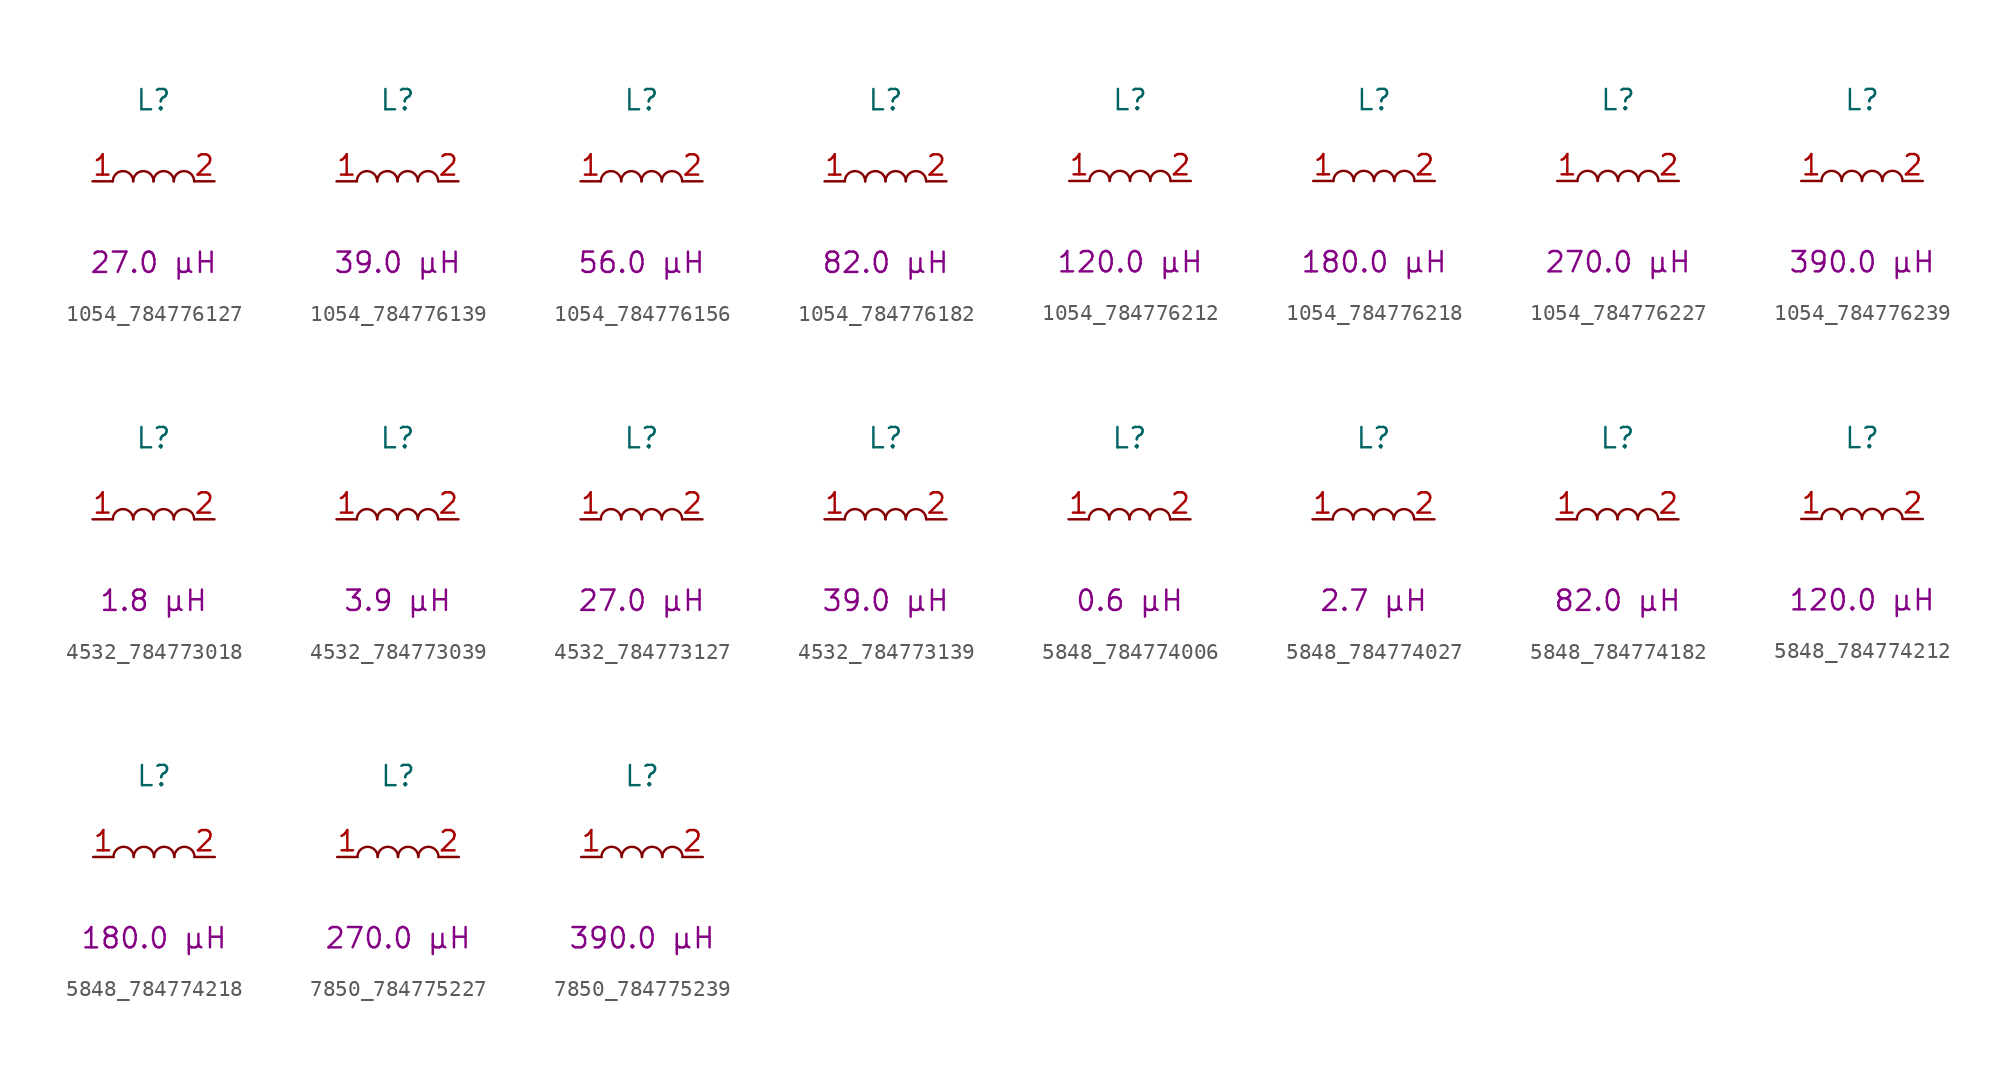
<source format=kicad_sym>
(kicad_symbol_lib
  (version 20220914)
  (generator kicad_symbol_editor)
  (symbol "1054_784776127"
    (pin_names hide)
    (property "Reference" "L"
      (at 0 5.08 0)
      (effects (font (size 1.27 1.27))))
    (property "Critical Parameter" "27.0 µH"
      (at 0 -5.08 0)
      (effects (font (size 1.27 1.27))))
    (symbol "1054_784776127_0_1"
      (arc (start -1.27 0) (mid -1.905 0.6323) (end -2.54 0) (stroke (width 0) (type default)) (fill (type none)))
      (arc (start 0 0) (mid -0.635 0.6323) (end -1.27 0) (stroke (width 0) (type default)) (fill (type none)))
      (arc (start 1.27 0) (mid 0.635 0.6323) (end 0 0) (stroke (width 0) (type default)) (fill (type none)))
      (arc (start 2.54 0) (mid 1.905 0.6323) (end 1.27 0) (stroke (width 0) (type default)) (fill (type none))))
    (symbol "1054_784776127_1_1"
      (pin passive line (at -3.81 0 0) (length 1.27) (name "1" (effects (font (size 1.27 1.27)))) (number "1" (effects (font (size 1.27 1.27)))))
      (pin passive line (at 3.81 0 180) (length 1.27) (name "2" (effects (font (size 1.27 1.27)))) (number "2" (effects (font (size 1.27 1.27)))))))
  (symbol "1054_784776139"
    (pin_names hide)
    (property "Reference" "L"
      (at 0 5.08 0)
      (effects (font (size 1.27 1.27))))
    (property "Critical Parameter" "39.0 µH"
      (at 0 -5.08 0)
      (effects (font (size 1.27 1.27))))
    (symbol "1054_784776139_0_1"
      (arc (start -1.27 0) (mid -1.905 0.6323) (end -2.54 0) (stroke (width 0) (type default)) (fill (type none)))
      (arc (start 0 0) (mid -0.635 0.6323) (end -1.27 0) (stroke (width 0) (type default)) (fill (type none)))
      (arc (start 1.27 0) (mid 0.635 0.6323) (end 0 0) (stroke (width 0) (type default)) (fill (type none)))
      (arc (start 2.54 0) (mid 1.905 0.6323) (end 1.27 0) (stroke (width 0) (type default)) (fill (type none))))
    (symbol "1054_784776139_1_1"
      (pin passive line (at -3.81 0 0) (length 1.27) (name "1" (effects (font (size 1.27 1.27)))) (number "1" (effects (font (size 1.27 1.27)))))
      (pin passive line (at 3.81 0 180) (length 1.27) (name "2" (effects (font (size 1.27 1.27)))) (number "2" (effects (font (size 1.27 1.27)))))))
  (symbol "1054_784776156"
    (pin_names hide)
    (property "Reference" "L"
      (at 0 5.08 0)
      (effects (font (size 1.27 1.27))))
    (property "Critical Parameter" "56.0 µH"
      (at 0 -5.08 0)
      (effects (font (size 1.27 1.27))))
    (symbol "1054_784776156_0_1"
      (arc (start -1.27 0) (mid -1.905 0.6323) (end -2.54 0) (stroke (width 0) (type default)) (fill (type none)))
      (arc (start 0 0) (mid -0.635 0.6323) (end -1.27 0) (stroke (width 0) (type default)) (fill (type none)))
      (arc (start 1.27 0) (mid 0.635 0.6323) (end 0 0) (stroke (width 0) (type default)) (fill (type none)))
      (arc (start 2.54 0) (mid 1.905 0.6323) (end 1.27 0) (stroke (width 0) (type default)) (fill (type none))))
    (symbol "1054_784776156_1_1"
      (pin passive line (at -3.81 0 0) (length 1.27) (name "1" (effects (font (size 1.27 1.27)))) (number "1" (effects (font (size 1.27 1.27)))))
      (pin passive line (at 3.81 0 180) (length 1.27) (name "2" (effects (font (size 1.27 1.27)))) (number "2" (effects (font (size 1.27 1.27)))))))
  (symbol "1054_784776182"
    (pin_names hide)
    (property "Reference" "L"
      (at 0 5.08 0)
      (effects (font (size 1.27 1.27))))
    (property "Critical Parameter" "82.0 µH"
      (at 0 -5.08 0)
      (effects (font (size 1.27 1.27))))
    (symbol "1054_784776182_0_1"
      (arc (start -1.27 0) (mid -1.905 0.6323) (end -2.54 0) (stroke (width 0) (type default)) (fill (type none)))
      (arc (start 0 0) (mid -0.635 0.6323) (end -1.27 0) (stroke (width 0) (type default)) (fill (type none)))
      (arc (start 1.27 0) (mid 0.635 0.6323) (end 0 0) (stroke (width 0) (type default)) (fill (type none)))
      (arc (start 2.54 0) (mid 1.905 0.6323) (end 1.27 0) (stroke (width 0) (type default)) (fill (type none))))
    (symbol "1054_784776182_1_1"
      (pin passive line (at -3.81 0 0) (length 1.27) (name "1" (effects (font (size 1.27 1.27)))) (number "1" (effects (font (size 1.27 1.27)))))
      (pin passive line (at 3.81 0 180) (length 1.27) (name "2" (effects (font (size 1.27 1.27)))) (number "2" (effects (font (size 1.27 1.27)))))))
  (symbol "1054_784776212"
    (pin_names hide)
    (property "Reference" "L"
      (at 0 5.08 0)
      (effects (font (size 1.27 1.27))))
    (property "Critical Parameter" "120.0 µH"
      (at 0 -5.08 0)
      (effects (font (size 1.27 1.27))))
    (symbol "1054_784776212_0_1"
      (arc (start -1.27 0) (mid -1.905 0.6323) (end -2.54 0) (stroke (width 0) (type default)) (fill (type none)))
      (arc (start 0 0) (mid -0.635 0.6323) (end -1.27 0) (stroke (width 0) (type default)) (fill (type none)))
      (arc (start 1.27 0) (mid 0.635 0.6323) (end 0 0) (stroke (width 0) (type default)) (fill (type none)))
      (arc (start 2.54 0) (mid 1.905 0.6323) (end 1.27 0) (stroke (width 0) (type default)) (fill (type none))))
    (symbol "1054_784776212_1_1"
      (pin passive line (at -3.81 0 0) (length 1.27) (name "1" (effects (font (size 1.27 1.27)))) (number "1" (effects (font (size 1.27 1.27)))))
      (pin passive line (at 3.81 0 180) (length 1.27) (name "2" (effects (font (size 1.27 1.27)))) (number "2" (effects (font (size 1.27 1.27)))))))
  (symbol "1054_784776218"
    (pin_names hide)
    (property "Reference" "L"
      (at 0 5.08 0)
      (effects (font (size 1.27 1.27))))
    (property "Critical Parameter" "180.0 µH"
      (at 0 -5.08 0)
      (effects (font (size 1.27 1.27))))
    (symbol "1054_784776218_0_1"
      (arc (start -1.27 0) (mid -1.905 0.6323) (end -2.54 0) (stroke (width 0) (type default)) (fill (type none)))
      (arc (start 0 0) (mid -0.635 0.6323) (end -1.27 0) (stroke (width 0) (type default)) (fill (type none)))
      (arc (start 1.27 0) (mid 0.635 0.6323) (end 0 0) (stroke (width 0) (type default)) (fill (type none)))
      (arc (start 2.54 0) (mid 1.905 0.6323) (end 1.27 0) (stroke (width 0) (type default)) (fill (type none))))
    (symbol "1054_784776218_1_1"
      (pin passive line (at -3.81 0 0) (length 1.27) (name "1" (effects (font (size 1.27 1.27)))) (number "1" (effects (font (size 1.27 1.27)))))
      (pin passive line (at 3.81 0 180) (length 1.27) (name "2" (effects (font (size 1.27 1.27)))) (number "2" (effects (font (size 1.27 1.27)))))))
  (symbol "1054_784776227"
    (pin_names hide)
    (property "Reference" "L"
      (at 0 5.08 0)
      (effects (font (size 1.27 1.27))))
    (property "Critical Parameter" "270.0 µH"
      (at 0 -5.08 0)
      (effects (font (size 1.27 1.27))))
    (symbol "1054_784776227_0_1"
      (arc (start -1.27 0) (mid -1.905 0.6323) (end -2.54 0) (stroke (width 0) (type default)) (fill (type none)))
      (arc (start 0 0) (mid -0.635 0.6323) (end -1.27 0) (stroke (width 0) (type default)) (fill (type none)))
      (arc (start 1.27 0) (mid 0.635 0.6323) (end 0 0) (stroke (width 0) (type default)) (fill (type none)))
      (arc (start 2.54 0) (mid 1.905 0.6323) (end 1.27 0) (stroke (width 0) (type default)) (fill (type none))))
    (symbol "1054_784776227_1_1"
      (pin passive line (at -3.81 0 0) (length 1.27) (name "1" (effects (font (size 1.27 1.27)))) (number "1" (effects (font (size 1.27 1.27)))))
      (pin passive line (at 3.81 0 180) (length 1.27) (name "2" (effects (font (size 1.27 1.27)))) (number "2" (effects (font (size 1.27 1.27)))))))
  (symbol "1054_784776239"
    (pin_names hide)
    (property "Reference" "L"
      (at 0 5.08 0)
      (effects (font (size 1.27 1.27))))
    (property "Critical Parameter" "390.0 µH"
      (at 0 -5.08 0)
      (effects (font (size 1.27 1.27))))
    (symbol "1054_784776239_0_1"
      (arc (start -1.27 0) (mid -1.905 0.6323) (end -2.54 0) (stroke (width 0) (type default)) (fill (type none)))
      (arc (start 0 0) (mid -0.635 0.6323) (end -1.27 0) (stroke (width 0) (type default)) (fill (type none)))
      (arc (start 1.27 0) (mid 0.635 0.6323) (end 0 0) (stroke (width 0) (type default)) (fill (type none)))
      (arc (start 2.54 0) (mid 1.905 0.6323) (end 1.27 0) (stroke (width 0) (type default)) (fill (type none))))
    (symbol "1054_784776239_1_1"
      (pin passive line (at -3.81 0 0) (length 1.27) (name "1" (effects (font (size 1.27 1.27)))) (number "1" (effects (font (size 1.27 1.27)))))
      (pin passive line (at 3.81 0 180) (length 1.27) (name "2" (effects (font (size 1.27 1.27)))) (number "2" (effects (font (size 1.27 1.27)))))))
  (symbol "4532_784773018"
    (pin_names hide)
    (property "Reference" "L"
      (at 0 5.08 0)
      (effects (font (size 1.27 1.27))))
    (property "Critical Parameter" "1.8 µH"
      (at 0 -5.08 0)
      (effects (font (size 1.27 1.27))))
    (symbol "4532_784773018_0_1"
      (arc (start -1.27 0) (mid -1.905 0.6323) (end -2.54 0) (stroke (width 0) (type default)) (fill (type none)))
      (arc (start 0 0) (mid -0.635 0.6323) (end -1.27 0) (stroke (width 0) (type default)) (fill (type none)))
      (arc (start 1.27 0) (mid 0.635 0.6323) (end 0 0) (stroke (width 0) (type default)) (fill (type none)))
      (arc (start 2.54 0) (mid 1.905 0.6323) (end 1.27 0) (stroke (width 0) (type default)) (fill (type none))))
    (symbol "4532_784773018_1_1"
      (pin passive line (at -3.81 0 0) (length 1.27) (name "1" (effects (font (size 1.27 1.27)))) (number "1" (effects (font (size 1.27 1.27)))))
      (pin passive line (at 3.81 0 180) (length 1.27) (name "2" (effects (font (size 1.27 1.27)))) (number "2" (effects (font (size 1.27 1.27)))))))
  (symbol "4532_784773039"
    (pin_names hide)
    (property "Reference" "L"
      (at 0 5.08 0)
      (effects (font (size 1.27 1.27))))
    (property "Critical Parameter" "3.9 µH"
      (at 0 -5.08 0)
      (effects (font (size 1.27 1.27))))
    (symbol "4532_784773039_0_1"
      (arc (start -1.27 0) (mid -1.905 0.6323) (end -2.54 0) (stroke (width 0) (type default)) (fill (type none)))
      (arc (start 0 0) (mid -0.635 0.6323) (end -1.27 0) (stroke (width 0) (type default)) (fill (type none)))
      (arc (start 1.27 0) (mid 0.635 0.6323) (end 0 0) (stroke (width 0) (type default)) (fill (type none)))
      (arc (start 2.54 0) (mid 1.905 0.6323) (end 1.27 0) (stroke (width 0) (type default)) (fill (type none))))
    (symbol "4532_784773039_1_1"
      (pin passive line (at -3.81 0 0) (length 1.27) (name "1" (effects (font (size 1.27 1.27)))) (number "1" (effects (font (size 1.27 1.27)))))
      (pin passive line (at 3.81 0 180) (length 1.27) (name "2" (effects (font (size 1.27 1.27)))) (number "2" (effects (font (size 1.27 1.27)))))))
  (symbol "4532_784773127"
    (pin_names hide)
    (property "Reference" "L"
      (at 0 5.08 0)
      (effects (font (size 1.27 1.27))))
    (property "Critical Parameter" "27.0 µH"
      (at 0 -5.08 0)
      (effects (font (size 1.27 1.27))))
    (symbol "4532_784773127_0_1"
      (arc (start -1.27 0) (mid -1.905 0.6323) (end -2.54 0) (stroke (width 0) (type default)) (fill (type none)))
      (arc (start 0 0) (mid -0.635 0.6323) (end -1.27 0) (stroke (width 0) (type default)) (fill (type none)))
      (arc (start 1.27 0) (mid 0.635 0.6323) (end 0 0) (stroke (width 0) (type default)) (fill (type none)))
      (arc (start 2.54 0) (mid 1.905 0.6323) (end 1.27 0) (stroke (width 0) (type default)) (fill (type none))))
    (symbol "4532_784773127_1_1"
      (pin passive line (at -3.81 0 0) (length 1.27) (name "1" (effects (font (size 1.27 1.27)))) (number "1" (effects (font (size 1.27 1.27)))))
      (pin passive line (at 3.81 0 180) (length 1.27) (name "2" (effects (font (size 1.27 1.27)))) (number "2" (effects (font (size 1.27 1.27)))))))
  (symbol "4532_784773139"
    (pin_names hide)
    (property "Reference" "L"
      (at 0 5.08 0)
      (effects (font (size 1.27 1.27))))
    (property "Critical Parameter" "39.0 µH"
      (at 0 -5.08 0)
      (effects (font (size 1.27 1.27))))
    (symbol "4532_784773139_0_1"
      (arc (start -1.27 0) (mid -1.905 0.6323) (end -2.54 0) (stroke (width 0) (type default)) (fill (type none)))
      (arc (start 0 0) (mid -0.635 0.6323) (end -1.27 0) (stroke (width 0) (type default)) (fill (type none)))
      (arc (start 1.27 0) (mid 0.635 0.6323) (end 0 0) (stroke (width 0) (type default)) (fill (type none)))
      (arc (start 2.54 0) (mid 1.905 0.6323) (end 1.27 0) (stroke (width 0) (type default)) (fill (type none))))
    (symbol "4532_784773139_1_1"
      (pin passive line (at -3.81 0 0) (length 1.27) (name "1" (effects (font (size 1.27 1.27)))) (number "1" (effects (font (size 1.27 1.27)))))
      (pin passive line (at 3.81 0 180) (length 1.27) (name "2" (effects (font (size 1.27 1.27)))) (number "2" (effects (font (size 1.27 1.27)))))))
  (symbol "5848_784774006"
    (pin_names hide)
    (property "Reference" "L"
      (at 0 5.08 0)
      (effects (font (size 1.27 1.27))))
    (property "Critical Parameter" "0.6 µH"
      (at 0 -5.08 0)
      (effects (font (size 1.27 1.27))))
    (symbol "5848_784774006_0_1"
      (arc (start -1.27 0) (mid -1.905 0.6323) (end -2.54 0) (stroke (width 0) (type default)) (fill (type none)))
      (arc (start 0 0) (mid -0.635 0.6323) (end -1.27 0) (stroke (width 0) (type default)) (fill (type none)))
      (arc (start 1.27 0) (mid 0.635 0.6323) (end 0 0) (stroke (width 0) (type default)) (fill (type none)))
      (arc (start 2.54 0) (mid 1.905 0.6323) (end 1.27 0) (stroke (width 0) (type default)) (fill (type none))))
    (symbol "5848_784774006_1_1"
      (pin passive line (at -3.81 0 0) (length 1.27) (name "1" (effects (font (size 1.27 1.27)))) (number "1" (effects (font (size 1.27 1.27)))))
      (pin passive line (at 3.81 0 180) (length 1.27) (name "2" (effects (font (size 1.27 1.27)))) (number "2" (effects (font (size 1.27 1.27)))))))
  (symbol "5848_784774027"
    (pin_names hide)
    (property "Reference" "L"
      (at 0 5.08 0)
      (effects (font (size 1.27 1.27))))
    (property "Critical Parameter" "2.7 µH"
      (at 0 -5.08 0)
      (effects (font (size 1.27 1.27))))
    (symbol "5848_784774027_0_1"
      (arc (start -1.27 0) (mid -1.905 0.6323) (end -2.54 0) (stroke (width 0) (type default)) (fill (type none)))
      (arc (start 0 0) (mid -0.635 0.6323) (end -1.27 0) (stroke (width 0) (type default)) (fill (type none)))
      (arc (start 1.27 0) (mid 0.635 0.6323) (end 0 0) (stroke (width 0) (type default)) (fill (type none)))
      (arc (start 2.54 0) (mid 1.905 0.6323) (end 1.27 0) (stroke (width 0) (type default)) (fill (type none))))
    (symbol "5848_784774027_1_1"
      (pin passive line (at -3.81 0 0) (length 1.27) (name "1" (effects (font (size 1.27 1.27)))) (number "1" (effects (font (size 1.27 1.27)))))
      (pin passive line (at 3.81 0 180) (length 1.27) (name "2" (effects (font (size 1.27 1.27)))) (number "2" (effects (font (size 1.27 1.27)))))))
  (symbol "5848_784774182"
    (pin_names hide)
    (property "Reference" "L"
      (at 0 5.08 0)
      (effects (font (size 1.27 1.27))))
    (property "Critical Parameter" "82.0 µH"
      (at 0 -5.08 0)
      (effects (font (size 1.27 1.27))))
    (symbol "5848_784774182_0_1"
      (arc (start -1.27 0) (mid -1.905 0.6323) (end -2.54 0) (stroke (width 0) (type default)) (fill (type none)))
      (arc (start 0 0) (mid -0.635 0.6323) (end -1.27 0) (stroke (width 0) (type default)) (fill (type none)))
      (arc (start 1.27 0) (mid 0.635 0.6323) (end 0 0) (stroke (width 0) (type default)) (fill (type none)))
      (arc (start 2.54 0) (mid 1.905 0.6323) (end 1.27 0) (stroke (width 0) (type default)) (fill (type none))))
    (symbol "5848_784774182_1_1"
      (pin passive line (at -3.81 0 0) (length 1.27) (name "1" (effects (font (size 1.27 1.27)))) (number "1" (effects (font (size 1.27 1.27)))))
      (pin passive line (at 3.81 0 180) (length 1.27) (name "2" (effects (font (size 1.27 1.27)))) (number "2" (effects (font (size 1.27 1.27)))))))
  (symbol "5848_784774212"
    (pin_names hide)
    (property "Reference" "L"
      (at 0 5.08 0)
      (effects (font (size 1.27 1.27))))
    (property "Critical Parameter" "120.0 µH"
      (at 0 -5.08 0)
      (effects (font (size 1.27 1.27))))
    (symbol "5848_784774212_0_1"
      (arc (start -1.27 0) (mid -1.905 0.6323) (end -2.54 0) (stroke (width 0) (type default)) (fill (type none)))
      (arc (start 0 0) (mid -0.635 0.6323) (end -1.27 0) (stroke (width 0) (type default)) (fill (type none)))
      (arc (start 1.27 0) (mid 0.635 0.6323) (end 0 0) (stroke (width 0) (type default)) (fill (type none)))
      (arc (start 2.54 0) (mid 1.905 0.6323) (end 1.27 0) (stroke (width 0) (type default)) (fill (type none))))
    (symbol "5848_784774212_1_1"
      (pin passive line (at -3.81 0 0) (length 1.27) (name "1" (effects (font (size 1.27 1.27)))) (number "1" (effects (font (size 1.27 1.27)))))
      (pin passive line (at 3.81 0 180) (length 1.27) (name "2" (effects (font (size 1.27 1.27)))) (number "2" (effects (font (size 1.27 1.27)))))))
  (symbol "5848_784774218"
    (pin_names hide)
    (property "Reference" "L"
      (at 0 5.08 0)
      (effects (font (size 1.27 1.27))))
    (property "Critical Parameter" "180.0 µH"
      (at 0 -5.08 0)
      (effects (font (size 1.27 1.27))))
    (symbol "5848_784774218_0_1"
      (arc (start -1.27 0) (mid -1.905 0.6323) (end -2.54 0) (stroke (width 0) (type default)) (fill (type none)))
      (arc (start 0 0) (mid -0.635 0.6323) (end -1.27 0) (stroke (width 0) (type default)) (fill (type none)))
      (arc (start 1.27 0) (mid 0.635 0.6323) (end 0 0) (stroke (width 0) (type default)) (fill (type none)))
      (arc (start 2.54 0) (mid 1.905 0.6323) (end 1.27 0) (stroke (width 0) (type default)) (fill (type none))))
    (symbol "5848_784774218_1_1"
      (pin passive line (at -3.81 0 0) (length 1.27) (name "1" (effects (font (size 1.27 1.27)))) (number "1" (effects (font (size 1.27 1.27)))))
      (pin passive line (at 3.81 0 180) (length 1.27) (name "2" (effects (font (size 1.27 1.27)))) (number "2" (effects (font (size 1.27 1.27)))))))
  (symbol "7850_784775227"
    (pin_names hide)
    (property "Reference" "L"
      (at 0 5.08 0)
      (effects (font (size 1.27 1.27))))
    (property "Critical Parameter" "270.0 µH"
      (at 0 -5.08 0)
      (effects (font (size 1.27 1.27))))
    (symbol "7850_784775227_0_1"
      (arc (start -1.27 0) (mid -1.905 0.6323) (end -2.54 0) (stroke (width 0) (type default)) (fill (type none)))
      (arc (start 0 0) (mid -0.635 0.6323) (end -1.27 0) (stroke (width 0) (type default)) (fill (type none)))
      (arc (start 1.27 0) (mid 0.635 0.6323) (end 0 0) (stroke (width 0) (type default)) (fill (type none)))
      (arc (start 2.54 0) (mid 1.905 0.6323) (end 1.27 0) (stroke (width 0) (type default)) (fill (type none))))
    (symbol "7850_784775227_1_1"
      (pin passive line (at -3.81 0 0) (length 1.27) (name "1" (effects (font (size 1.27 1.27)))) (number "1" (effects (font (size 1.27 1.27)))))
      (pin passive line (at 3.81 0 180) (length 1.27) (name "2" (effects (font (size 1.27 1.27)))) (number "2" (effects (font (size 1.27 1.27)))))))
  (symbol "7850_784775239"
    (pin_names hide)
    (property "Reference" "L"
      (at 0 5.08 0)
      (effects (font (size 1.27 1.27))))
    (property "Critical Parameter" "390.0 µH"
      (at 0 -5.08 0)
      (effects (font (size 1.27 1.27))))
    (symbol "7850_784775239_0_1"
      (arc (start -1.27 0) (mid -1.905 0.6323) (end -2.54 0) (stroke (width 0) (type default)) (fill (type none)))
      (arc (start 0 0) (mid -0.635 0.6323) (end -1.27 0) (stroke (width 0) (type default)) (fill (type none)))
      (arc (start 1.27 0) (mid 0.635 0.6323) (end 0 0) (stroke (width 0) (type default)) (fill (type none)))
      (arc (start 2.54 0) (mid 1.905 0.6323) (end 1.27 0) (stroke (width 0) (type default)) (fill (type none))))
    (symbol "7850_784775239_1_1"
      (pin passive line (at -3.81 0 0) (length 1.27) (name "1" (effects (font (size 1.27 1.27)))) (number "1" (effects (font (size 1.27 1.27)))))
      (pin passive line (at 3.81 0 180) (length 1.27) (name "2" (effects (font (size 1.27 1.27)))) (number "2" (effects (font (size 1.27 1.27))))))))
</source>
